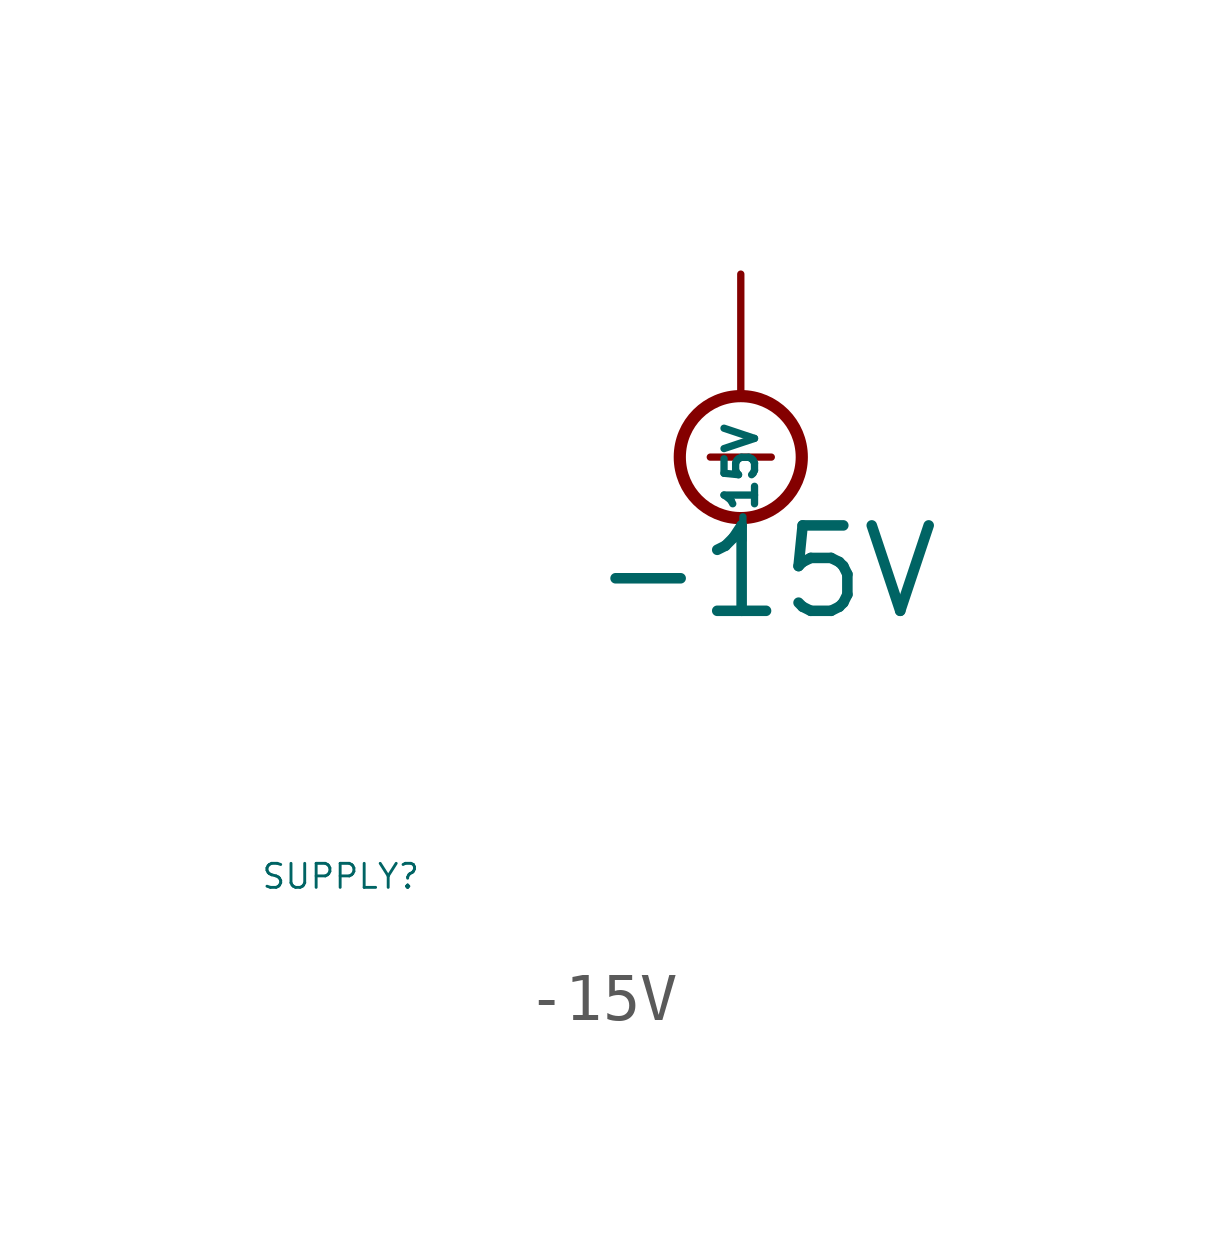
<source format=kicad_sym>
(kicad_symbol_lib
  (version 20220914)
  (generator Eagle2Kicad)
  (symbol "-15V"
    (property "Reference" "SUPPLY"
      (at -10 -10 0)
      (effects (font (size 0.5 0.5) (thickness 0.06)) (justify left)))
    (property "Value" "-15V"
      (at -3.175 -4.699 0)
      (effects (font (size 1.778 1.778) (thickness 0.22)) (justify left bottom)))
    (polyline
      (pts (xy -0.635 -1.27) (xy 0.635 -1.27))
      (stroke (width 0.152) (type default))
      (fill (type none)))
    (circle
      (center 0 -1.27)
      (radius 1.27)
      (stroke (width 0.254) (type default))
      (fill (type none)))
    (pin unspecified line
      (at 0 2.54 270)
      (length 2.54)
      (name "-15V" (effects (font (size 0.635 0.635) (thickness 0.08)) (justify left bottom)))
      (number "" (effects (font (size 0.635 0.635) (thickness 0.08)) (justify left bottom))))))
</source>
